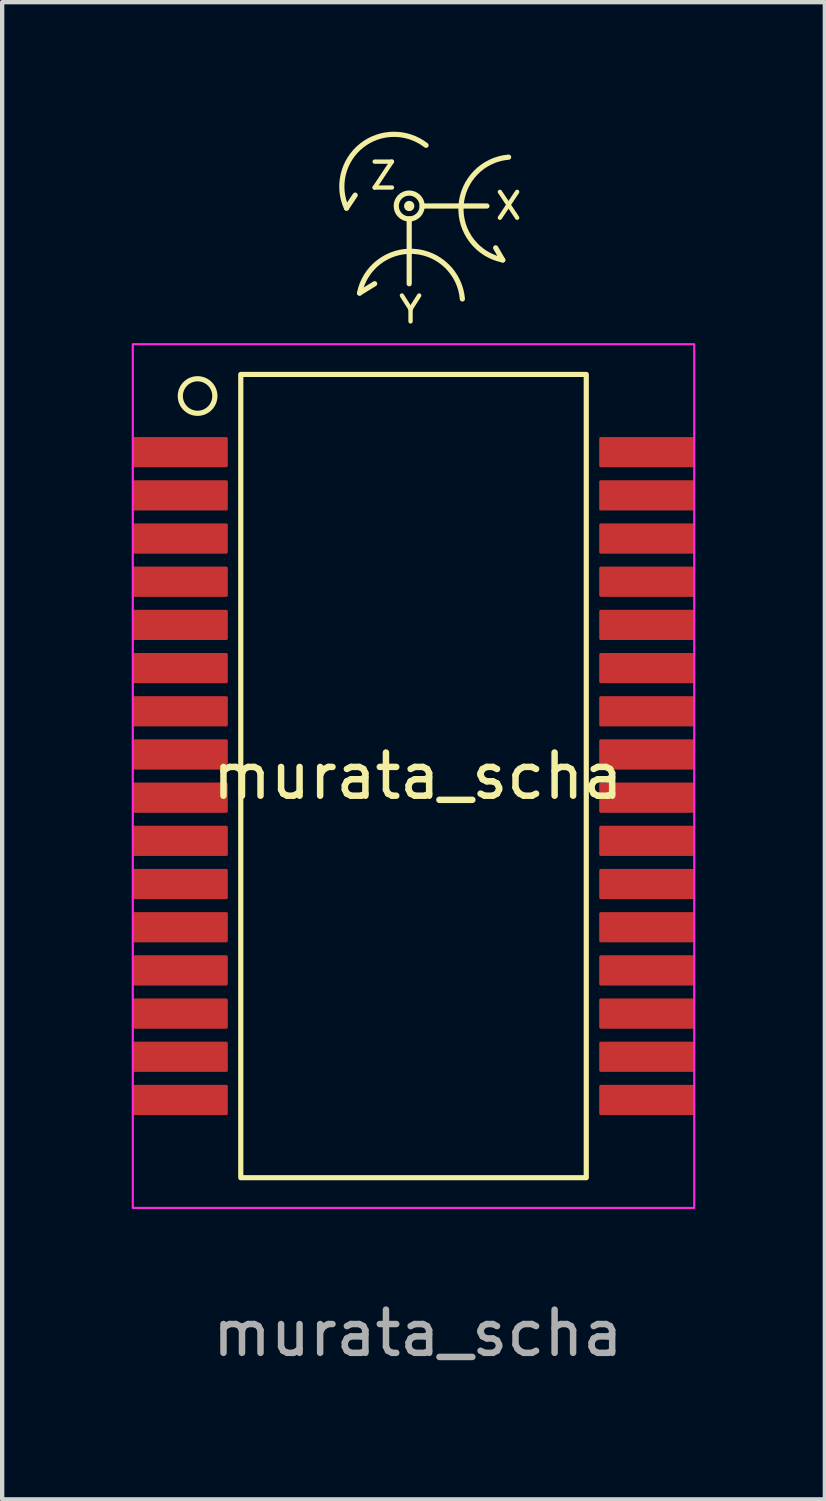
<source format=kicad_pcb>
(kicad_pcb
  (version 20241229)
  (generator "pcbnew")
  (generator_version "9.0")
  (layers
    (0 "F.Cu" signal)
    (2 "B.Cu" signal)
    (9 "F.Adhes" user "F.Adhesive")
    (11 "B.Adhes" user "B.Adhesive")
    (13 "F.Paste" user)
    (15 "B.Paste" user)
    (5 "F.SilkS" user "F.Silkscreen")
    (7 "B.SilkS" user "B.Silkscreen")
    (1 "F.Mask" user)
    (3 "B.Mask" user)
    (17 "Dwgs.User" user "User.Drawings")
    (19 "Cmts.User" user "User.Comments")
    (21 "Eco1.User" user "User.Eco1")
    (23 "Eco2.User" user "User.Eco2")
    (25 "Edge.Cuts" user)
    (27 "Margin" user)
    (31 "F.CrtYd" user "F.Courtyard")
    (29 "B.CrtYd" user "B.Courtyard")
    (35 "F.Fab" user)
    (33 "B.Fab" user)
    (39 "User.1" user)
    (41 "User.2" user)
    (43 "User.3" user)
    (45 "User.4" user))
  (footprint "murata_scha"
    (layer "F.Cu")
    (at 6.525 14.92)
    (property "Reference" "murata_scha" (at 0.1 0 0) (unlocked yes) (layer "F.SilkS") (effects (font (size 1 1) (thickness 0.15))))
    (attr smd)
    (fp_line (start -1.551 -13.152) (end -1.351 -13.452) (stroke (width 0.12) (type solid)) (layer "F.SilkS"))
    (fp_line (start -0.9 -11.4) (end -1.25 -11.184) (stroke (width 0.12) (type solid)) (layer "F.SilkS"))
    (fp_line (start -0.1 -12.9) (end -0.1 -11.4) (stroke (width 0.12) (type solid)) (layer "F.SilkS"))
    (fp_line (start 0.2 -13.2) (end 1.7 -13.2) (stroke (width 0.12) (type solid)) (layer "F.SilkS"))
    (fp_line (start 2.066 -11.95) (end 1.902 -12.231) (stroke (width 0.12) (type solid)) (layer "F.SilkS"))
    (fp_rect (start -4 -9.3) (end 4 9.3) (stroke (width 0.12) (type solid)) (fill no) (layer "F.SilkS"))
    (fp_arc (start -1.551374 -13.151549) (mid -1.2 -14.6) (end 0.290452 -14.605326) (stroke (width 0.12) (type solid)) (layer "F.SilkS"))
    (fp_arc (start -1.249528 -11.18396) (mid 0 -12.15) (end 1.131247 -11.047805) (stroke (width 0.12) (type solid)) (layer "F.SilkS"))
    (fp_arc (start 2.06604 -11.950472) (mid 1.1 -13.2) (end 2.202195 -14.331247) (stroke (width 0.12) (type solid)) (layer "F.SilkS"))
    (fp_circle (center -5 -8.8) (end -4.6 -8.8) (stroke (width 0.12) (type solid)) (fill no) (layer "F.SilkS"))
    (fp_circle (center -0.1 -13.2) (end -0.1 -13.2) (stroke (width 0.12) (type solid)) (fill no) (layer "F.SilkS"))
    (fp_circle (center -0.1 -13.2) (end 0.2 -13.2) (stroke (width 0.12) (type solid)) (fill no) (layer "F.SilkS"))
    (fp_rect (start -6.5 -10) (end 6.5 10) (stroke (width 0.05) (type solid)) (fill no) (layer "F.CrtYd"))
    (fp_text user "X" (at 2.2 -13.2 0) (unlocked yes) (layer "F.SilkS") (effects (font (size 0.6 0.6) (thickness 0.1))))
    (fp_text user "Y" (at -0.069 -10.8 0) (unlocked yes) (layer "F.SilkS") (effects (font (size 0.6 0.6) (thickness 0.1))))
    (fp_text user "Z" (at -0.7 -13.9 0) (unlocked yes) (layer "F.SilkS") (effects (font (size 0.6 0.6) (thickness 0.1))))
    (fp_text user "${REFERENCE}" (at 0.1 12.9 0) (unlocked yes) (layer "F.Fab") (effects (font (size 1 1) (thickness 0.15))))
    (pad "1" smd roundrect (at -5.4 -7.5) (size 2.2 0.7) (layers "F.Cu" "F.Mask" "F.Paste") (roundrect_rratio 0.05))
    (pad "2" smd roundrect (at -5.4 -6.5) (size 2.2 0.7) (layers "F.Cu" "F.Mask" "F.Paste") (roundrect_rratio 0.05))
    (pad "3" smd roundrect (at -5.4 -5.5) (size 2.2 0.7) (layers "F.Cu" "F.Mask" "F.Paste") (roundrect_rratio 0.05))
    (pad "4" smd roundrect (at -5.4 -4.5) (size 2.2 0.7) (layers "F.Cu" "F.Mask" "F.Paste") (roundrect_rratio 0.05))
    (pad "5" smd roundrect (at -5.4 -3.5) (size 2.2 0.7) (layers "F.Cu" "F.Mask" "F.Paste") (roundrect_rratio 0.05))
    (pad "6" smd roundrect (at -5.4 -2.5) (size 2.2 0.7) (layers "F.Cu" "F.Mask" "F.Paste") (roundrect_rratio 0.05))
    (pad "7" smd roundrect (at -5.4 -1.5) (size 2.2 0.7) (layers "F.Cu" "F.Mask" "F.Paste") (roundrect_rratio 0.05))
    (pad "8" smd roundrect (at -5.4 -0.5) (size 2.2 0.7) (layers "F.Cu" "F.Mask" "F.Paste") (roundrect_rratio 0.05))
    (pad "9" smd roundrect (at -5.4 0.5) (size 2.2 0.7) (layers "F.Cu" "F.Mask" "F.Paste") (roundrect_rratio 0.05))
    (pad "10" smd roundrect (at -5.4 1.5) (size 2.2 0.7) (layers "F.Cu" "F.Mask" "F.Paste") (roundrect_rratio 0.05))
    (pad "11" smd roundrect (at -5.4 2.5) (size 2.2 0.7) (layers "F.Cu" "F.Mask" "F.Paste") (roundrect_rratio 0.05))
    (pad "12" smd roundrect (at -5.4 3.5) (size 2.2 0.7) (layers "F.Cu" "F.Mask" "F.Paste") (roundrect_rratio 0.05))
    (pad "13" smd roundrect (at -5.4 4.5) (size 2.2 0.7) (layers "F.Cu" "F.Mask" "F.Paste") (roundrect_rratio 0.05))
    (pad "14" smd roundrect (at -5.4 5.5) (size 2.2 0.7) (layers "F.Cu" "F.Mask" "F.Paste") (roundrect_rratio 0.05))
    (pad "15" smd roundrect (at -5.4 6.5) (size 2.2 0.7) (layers "F.Cu" "F.Mask" "F.Paste") (roundrect_rratio 0.05))
    (pad "16" smd roundrect (at -5.4 7.5) (size 2.2 0.7) (layers "F.Cu" "F.Mask" "F.Paste") (roundrect_rratio 0.05))
    (pad "17" smd roundrect (at 5.4 7.5) (size 2.2 0.7) (layers "F.Cu" "F.Mask" "F.Paste") (roundrect_rratio 0.05))
    (pad "18" smd roundrect (at 5.4 6.5) (size 2.2 0.7) (layers "F.Cu" "F.Mask" "F.Paste") (roundrect_rratio 0.05))
    (pad "19" smd roundrect (at 5.4 5.5) (size 2.2 0.7) (layers "F.Cu" "F.Mask" "F.Paste") (roundrect_rratio 0.05))
    (pad "20" smd roundrect (at 5.4 4.5) (size 2.2 0.7) (layers "F.Cu" "F.Mask" "F.Paste") (roundrect_rratio 0.05))
    (pad "21" smd roundrect (at 5.4 3.5) (size 2.2 0.7) (layers "F.Cu" "F.Mask" "F.Paste") (roundrect_rratio 0.05))
    (pad "22" smd roundrect (at 5.4 2.5) (size 2.2 0.7) (layers "F.Cu" "F.Mask" "F.Paste") (roundrect_rratio 0.05))
    (pad "23" smd roundrect (at 5.4 1.5) (size 2.2 0.7) (layers "F.Cu" "F.Mask" "F.Paste") (roundrect_rratio 0.05))
    (pad "24" smd roundrect (at 5.4 0.5) (size 2.2 0.7) (layers "F.Cu" "F.Mask" "F.Paste") (roundrect_rratio 0.05))
    (pad "25" smd roundrect (at 5.4 -0.5) (size 2.2 0.7) (layers "F.Cu" "F.Mask" "F.Paste") (roundrect_rratio 0.05))
    (pad "26" smd roundrect (at 5.4 -1.5) (size 2.2 0.7) (layers "F.Cu" "F.Mask" "F.Paste") (roundrect_rratio 0.05))
    (pad "27" smd roundrect (at 5.4 -2.5) (size 2.2 0.7) (layers "F.Cu" "F.Mask" "F.Paste") (roundrect_rratio 0.05))
    (pad "28" smd roundrect (at 5.4 -3.5) (size 2.2 0.7) (layers "F.Cu" "F.Mask" "F.Paste") (roundrect_rratio 0.05))
    (pad "29" smd roundrect (at 5.4 -4.5) (size 2.2 0.7) (layers "F.Cu" "F.Mask" "F.Paste") (roundrect_rratio 0.05))
    (pad "30" smd roundrect (at 5.4 -5.5) (size 2.2 0.7) (layers "F.Cu" "F.Mask" "F.Paste") (roundrect_rratio 0.05))
    (pad "31" smd roundrect (at 5.4 -6.5) (size 2.2 0.7) (layers "F.Cu" "F.Mask" "F.Paste") (roundrect_rratio 0.05))
    (pad "32" smd roundrect (at 5.4 -7.5) (size 2.2 0.7) (layers "F.Cu" "F.Mask" "F.Paste") (roundrect_rratio 0.05)))
  (gr_rect
    (start -3 -3)
    (end 16.05 31.668)
    (stroke (width 0.1) (type default))
    (fill no)
    (layer "Edge.Cuts")))
</source>
